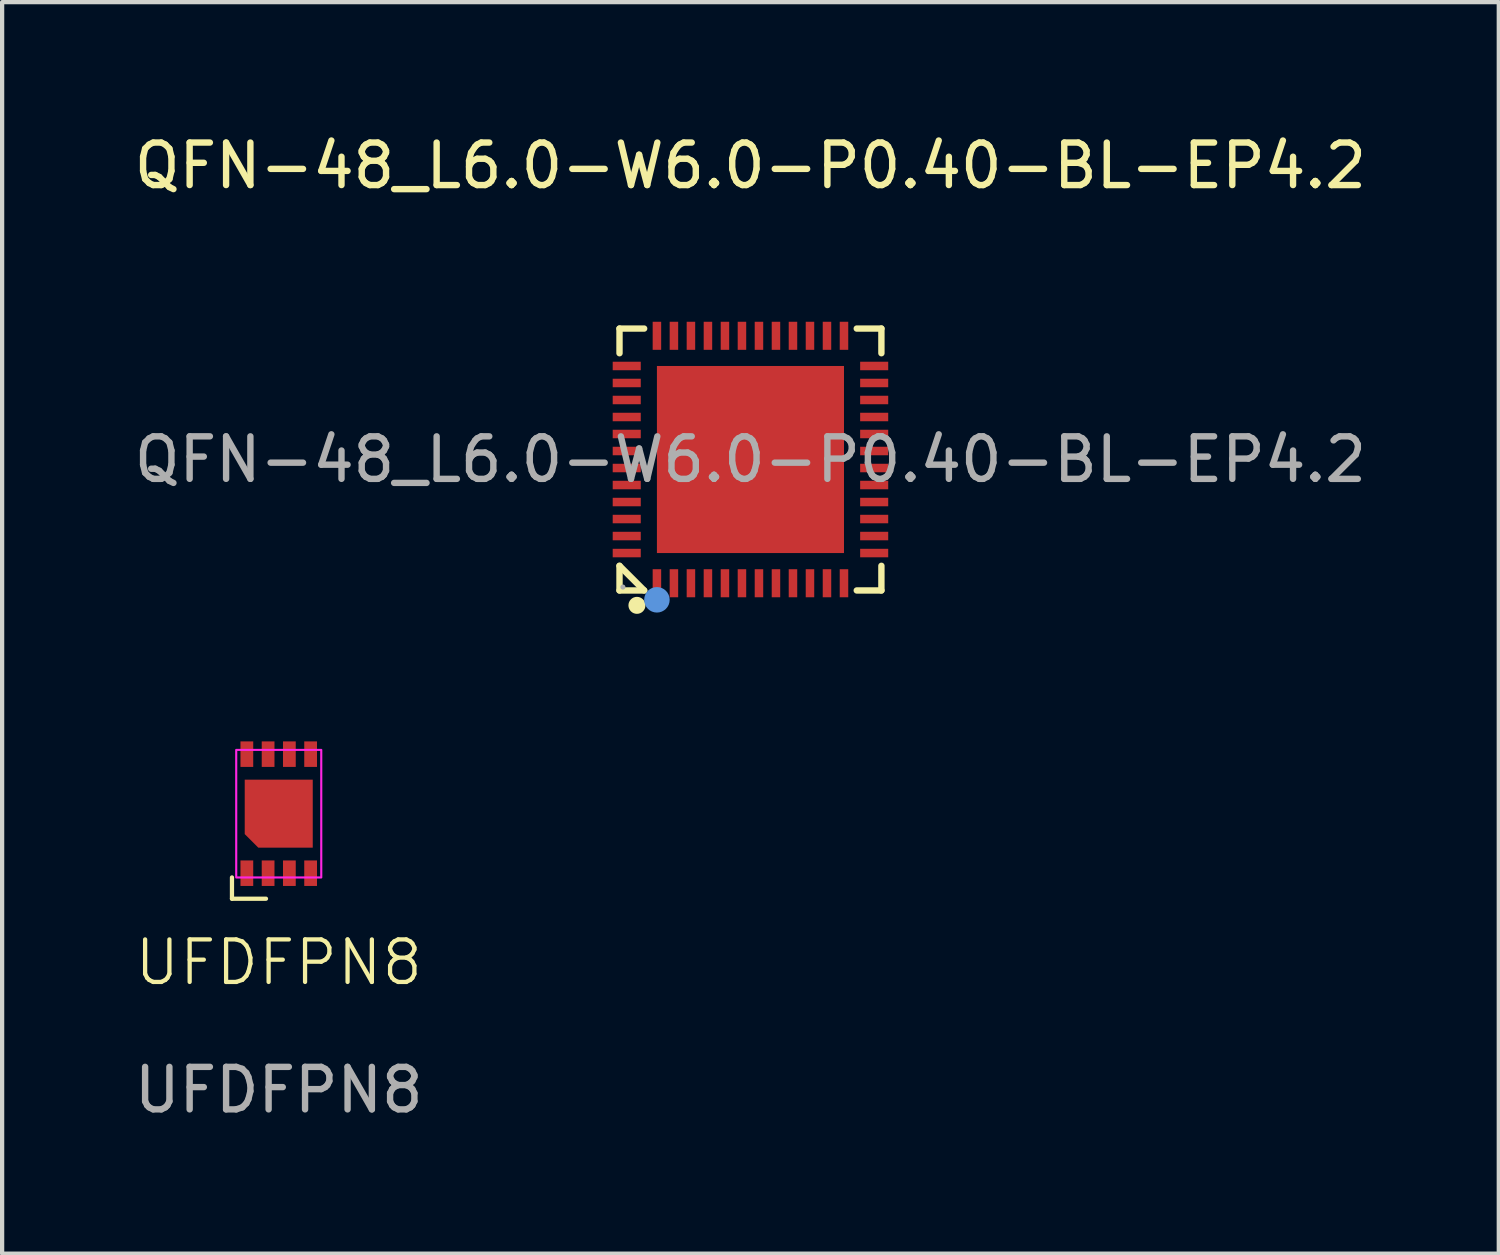
<source format=kicad_pcb>
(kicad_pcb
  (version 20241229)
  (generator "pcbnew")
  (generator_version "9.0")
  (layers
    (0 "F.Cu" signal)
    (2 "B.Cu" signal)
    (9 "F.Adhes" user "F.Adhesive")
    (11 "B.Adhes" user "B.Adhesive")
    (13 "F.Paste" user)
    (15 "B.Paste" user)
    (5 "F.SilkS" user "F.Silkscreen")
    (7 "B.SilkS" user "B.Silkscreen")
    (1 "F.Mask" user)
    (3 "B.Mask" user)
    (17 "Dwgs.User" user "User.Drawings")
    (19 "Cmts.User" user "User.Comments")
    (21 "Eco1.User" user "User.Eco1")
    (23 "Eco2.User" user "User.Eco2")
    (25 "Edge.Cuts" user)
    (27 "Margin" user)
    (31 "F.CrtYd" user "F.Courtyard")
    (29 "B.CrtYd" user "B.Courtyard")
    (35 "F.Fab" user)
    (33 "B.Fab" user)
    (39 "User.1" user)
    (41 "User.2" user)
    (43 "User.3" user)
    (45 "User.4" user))
  (footprint "UFDFPN8"
    (layer "F.Cu")
    (at 3.506 16.088)
    (property "Reference" "UFDFPN8" (at 0 3.5 0) (unlocked yes) (layer "F.SilkS") (effects (font (size 1 1) (thickness 0.1))))
    (attr smd)
    (fp_line (start -1.1 1.5) (end -1.1 2) (stroke (width 0.1) (type default)) (layer "F.SilkS"))
    (fp_line (start -1.1 2) (end -0.3 2) (stroke (width 0.1) (type default)) (layer "F.SilkS"))
    (fp_rect (start -1 -1.5) (end 1 1.5) (stroke (width 0.05) (type default)) (fill no) (layer "F.CrtYd"))
    (fp_text user "${REFERENCE}" (at 0 6.5 0) (unlocked yes) (layer "F.Fab") (effects (font (size 1 1) (thickness 0.15))))
    (pad "1" smd rect (at -0.75 1.4) (size 0.3 0.6) (layers "F.Cu" "F.Mask" "F.Paste"))
    (pad "2" smd rect (at -0.25 1.4) (size 0.3 0.6) (layers "F.Cu" "F.Mask" "F.Paste"))
    (pad "3" smd rect (at 0.25 1.4) (size 0.3 0.6) (layers "F.Cu" "F.Mask" "F.Paste"))
    (pad "4" smd rect (at 0.75 1.4) (size 0.3 0.6) (layers "F.Cu" "F.Mask" "F.Paste"))
    (pad "5" smd rect (at 0.75 -1.4) (size 0.3 0.6) (layers "F.Cu" "F.Mask" "F.Paste"))
    (pad "6" smd rect (at 0.25 -1.4) (size 0.3 0.6) (layers "F.Cu" "F.Mask" "F.Paste"))
    (pad "7" smd rect (at -0.25 -1.4) (size 0.3 0.6) (layers "F.Cu" "F.Mask" "F.Paste"))
    (pad "8" smd rect (at -0.75 -1.4) (size 0.3 0.6) (layers "F.Cu" "F.Mask" "F.Paste"))
    (pad "9" smd roundrect (at 0 0 90) (size 1.6 1.6) (layers "F.Cu" "F.Mask" "F.Paste") (roundrect_rratio 0) (chamfer_ratio 0.2) (chamfer top_left)))
  (footprint "QFN-48_L6.0-W6.0-P0.40-BL-EP4.2"
    (layer "F.Cu")
    (at 14.601 7.758)
    (property "Reference" "QFN-48_L6.0-W6.0-P0.40-BL-EP4.2" (at 0 -6.91 0) (layer "F.SilkS") (effects (font (size 1 1) (thickness 0.15))))
    (attr smd)
    (fp_line (start -3.08 -3.08) (end -2.5 -3.08) (stroke (width 0.15) (type solid)) (layer "F.SilkS"))
    (fp_line (start -3.08 -2.5) (end -3.08 -3.08) (stroke (width 0.15) (type solid)) (layer "F.SilkS"))
    (fp_line (start -3.08 2.5) (end -3.08 3.08) (stroke (width 0.15) (type solid)) (layer "F.SilkS"))
    (fp_line (start -3.08 2.5) (end -2.5 3.08) (stroke (width 0.15) (type solid)) (layer "F.SilkS"))
    (fp_line (start -3.08 3.08) (end -2.5 3.08) (stroke (width 0.15) (type solid)) (layer "F.SilkS"))
    (fp_line (start 3.08 -3.08) (end 2.5 -3.08) (stroke (width 0.15) (type solid)) (layer "F.SilkS"))
    (fp_line (start 3.08 -2.5) (end 3.08 -3.08) (stroke (width 0.15) (type solid)) (layer "F.SilkS"))
    (fp_line (start 3.08 2.5) (end 3.08 3.08) (stroke (width 0.15) (type solid)) (layer "F.SilkS"))
    (fp_line (start 3.08 3.08) (end 2.5 3.08) (stroke (width 0.15) (type solid)) (layer "F.SilkS"))
    (fp_circle (center -2.67 3.43) (end -2.57 3.43) (stroke (width 0.2) (type solid)) (fill no) (layer "F.SilkS"))
    (fp_circle (center -2.2 3.3) (end -2.05 3.3) (stroke (width 0.3) (type solid)) (fill no) (layer "Cmts.User"))
    (fp_circle (center -3 3) (end -2.97 3) (stroke (width 0.06) (type solid)) (fill no) (layer "F.Fab"))
    (fp_text user "${REFERENCE}" (at 0 0 0) (layer "F.Fab") (effects (font (size 1 1) (thickness 0.15))))
    (pad "1" smd rect (at -2.2 2.91) (size 0.2 0.66) (layers "F.Cu" "F.Mask" "F.Paste"))
    (pad "2" smd rect (at -1.8 2.91) (size 0.2 0.66) (layers "F.Cu" "F.Mask" "F.Paste"))
    (pad "3" smd rect (at -1.4 2.91) (size 0.2 0.66) (layers "F.Cu" "F.Mask" "F.Paste"))
    (pad "4" smd rect (at -1 2.91) (size 0.2 0.66) (layers "F.Cu" "F.Mask" "F.Paste"))
    (pad "5" smd rect (at -0.6 2.91) (size 0.2 0.66) (layers "F.Cu" "F.Mask" "F.Paste"))
    (pad "6" smd rect (at -0.2 2.91) (size 0.2 0.66) (layers "F.Cu" "F.Mask" "F.Paste"))
    (pad "7" smd rect (at 0.2 2.91) (size 0.2 0.66) (layers "F.Cu" "F.Mask" "F.Paste"))
    (pad "8" smd rect (at 0.6 2.91) (size 0.2 0.66) (layers "F.Cu" "F.Mask" "F.Paste"))
    (pad "9" smd rect (at 1 2.91) (size 0.2 0.66) (layers "F.Cu" "F.Mask" "F.Paste"))
    (pad "10" smd rect (at 1.4 2.91) (size 0.2 0.66) (layers "F.Cu" "F.Mask" "F.Paste"))
    (pad "11" smd rect (at 1.8 2.91) (size 0.2 0.66) (layers "F.Cu" "F.Mask" "F.Paste"))
    (pad "12" smd rect (at 2.2 2.91) (size 0.2 0.66) (layers "F.Cu" "F.Mask" "F.Paste"))
    (pad "13" smd rect (at 2.91 2.2) (size 0.66 0.2) (layers "F.Cu" "F.Mask" "F.Paste"))
    (pad "14" smd rect (at 2.91 1.8) (size 0.66 0.2) (layers "F.Cu" "F.Mask" "F.Paste"))
    (pad "15" smd rect (at 2.91 1.4) (size 0.66 0.2) (layers "F.Cu" "F.Mask" "F.Paste"))
    (pad "16" smd rect (at 2.91 1) (size 0.66 0.2) (layers "F.Cu" "F.Mask" "F.Paste"))
    (pad "17" smd rect (at 2.91 0.6) (size 0.66 0.2) (layers "F.Cu" "F.Mask" "F.Paste"))
    (pad "18" smd rect (at 2.91 0.2) (size 0.66 0.2) (layers "F.Cu" "F.Mask" "F.Paste"))
    (pad "19" smd rect (at 2.91 -0.2) (size 0.66 0.2) (layers "F.Cu" "F.Mask" "F.Paste"))
    (pad "20" smd rect (at 2.91 -0.6) (size 0.66 0.2) (layers "F.Cu" "F.Mask" "F.Paste"))
    (pad "21" smd rect (at 2.91 -1) (size 0.66 0.2) (layers "F.Cu" "F.Mask" "F.Paste"))
    (pad "22" smd rect (at 2.91 -1.4) (size 0.66 0.2) (layers "F.Cu" "F.Mask" "F.Paste"))
    (pad "23" smd rect (at 2.91 -1.8) (size 0.66 0.2) (layers "F.Cu" "F.Mask" "F.Paste"))
    (pad "24" smd rect (at 2.91 -2.2) (size 0.66 0.2) (layers "F.Cu" "F.Mask" "F.Paste"))
    (pad "25" smd rect (at 2.2 -2.91) (size 0.2 0.66) (layers "F.Cu" "F.Mask" "F.Paste"))
    (pad "26" smd rect (at 1.8 -2.91) (size 0.2 0.66) (layers "F.Cu" "F.Mask" "F.Paste"))
    (pad "27" smd rect (at 1.4 -2.91) (size 0.2 0.66) (layers "F.Cu" "F.Mask" "F.Paste"))
    (pad "28" smd rect (at 1 -2.91) (size 0.2 0.66) (layers "F.Cu" "F.Mask" "F.Paste"))
    (pad "29" smd rect (at 0.6 -2.91) (size 0.2 0.66) (layers "F.Cu" "F.Mask" "F.Paste"))
    (pad "30" smd rect (at 0.2 -2.91) (size 0.2 0.66) (layers "F.Cu" "F.Mask" "F.Paste"))
    (pad "31" smd rect (at -0.2 -2.91) (size 0.2 0.66) (layers "F.Cu" "F.Mask" "F.Paste"))
    (pad "32" smd rect (at -0.6 -2.91) (size 0.2 0.66) (layers "F.Cu" "F.Mask" "F.Paste"))
    (pad "33" smd rect (at -1 -2.91) (size 0.2 0.66) (layers "F.Cu" "F.Mask" "F.Paste"))
    (pad "34" smd rect (at -1.4 -2.91) (size 0.2 0.66) (layers "F.Cu" "F.Mask" "F.Paste"))
    (pad "35" smd rect (at -1.8 -2.91) (size 0.2 0.66) (layers "F.Cu" "F.Mask" "F.Paste"))
    (pad "36" smd rect (at -2.2 -2.91) (size 0.2 0.66) (layers "F.Cu" "F.Mask" "F.Paste"))
    (pad "37" smd rect (at -2.91 -2.2) (size 0.66 0.2) (layers "F.Cu" "F.Mask" "F.Paste"))
    (pad "38" smd rect (at -2.91 -1.8) (size 0.66 0.2) (layers "F.Cu" "F.Mask" "F.Paste"))
    (pad "39" smd rect (at -2.91 -1.4) (size 0.66 0.2) (layers "F.Cu" "F.Mask" "F.Paste"))
    (pad "40" smd rect (at -2.91 -1) (size 0.66 0.2) (layers "F.Cu" "F.Mask" "F.Paste"))
    (pad "41" smd rect (at -2.91 -0.6) (size 0.66 0.2) (layers "F.Cu" "F.Mask" "F.Paste"))
    (pad "42" smd rect (at -2.91 -0.2) (size 0.66 0.2) (layers "F.Cu" "F.Mask" "F.Paste"))
    (pad "43" smd rect (at -2.91 0.2) (size 0.66 0.2) (layers "F.Cu" "F.Mask" "F.Paste"))
    (pad "44" smd rect (at -2.91 0.6) (size 0.66 0.2) (layers "F.Cu" "F.Mask" "F.Paste"))
    (pad "45" smd rect (at -2.91 1) (size 0.66 0.2) (layers "F.Cu" "F.Mask" "F.Paste"))
    (pad "46" smd rect (at -2.91 1.4) (size 0.66 0.2) (layers "F.Cu" "F.Mask" "F.Paste"))
    (pad "47" smd rect (at -2.91 1.8) (size 0.66 0.2) (layers "F.Cu" "F.Mask" "F.Paste"))
    (pad "48" smd rect (at -2.91 2.2) (size 0.66 0.2) (layers "F.Cu" "F.Mask" "F.Paste"))
    (pad "49" smd rect (at 0 0) (size 4.4 4.4) (layers "F.Cu" "F.Mask" "F.Paste")))
  (gr_rect
    (start -3 -3)
    (end 32.202 26.436)
    (stroke (width 0.1) (type default))
    (fill no)
    (layer "Edge.Cuts")))
</source>
